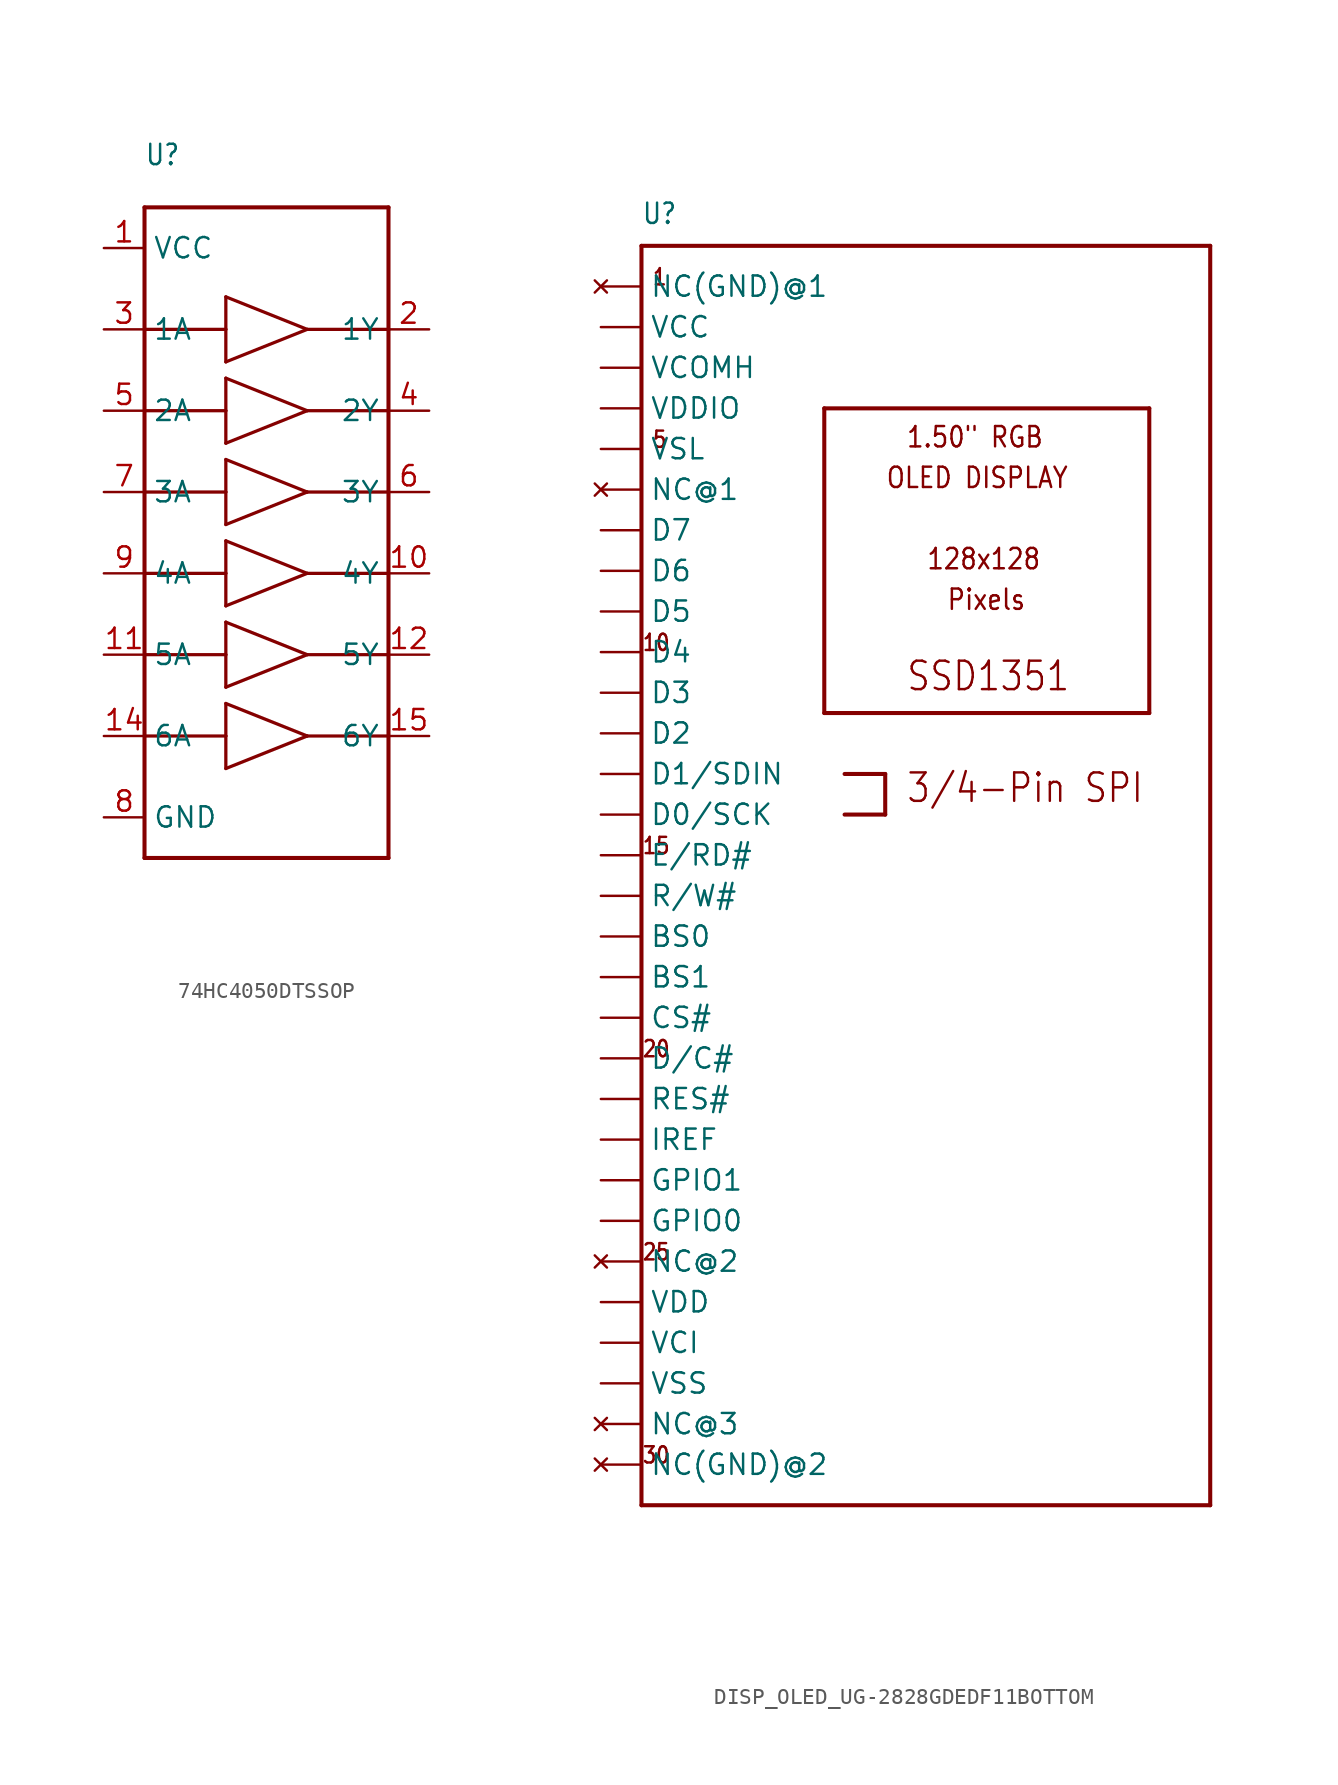
<source format=kicad_sym>
(kicad_symbol_lib
  (version 20231120)
  (generator "kicad_symbol_editor")
  (generator_version "8.0")
  (symbol "74HC4050DTSSOP"
    (property "Reference" "U"
      (at -7.62 22.86 0)
      (effects (font (size 1.27 1.079)) (justify left bottom)))
    (property "Value" ""
      (at -7.62 -22.86 0)
      (effects (font (size 1.27 1.079)) (justify left bottom)))
    (property "ki_locked" ""
      (at 0 0 0)
      (effects (font (size 1.27 1.27))))
    (symbol "74HC4050DTSSOP_1_0"
      (polyline (pts (xy -7.62 -20.32) (xy -7.62 20.32)) (stroke (width 0.254) (type solid)) (fill (type none)))
      (polyline (pts (xy -7.62 -12.7) (xy -2.54 -12.7)) (stroke (width 0.203) (type solid)) (fill (type none)))
      (polyline (pts (xy -7.62 -7.62) (xy -2.54 -7.62)) (stroke (width 0.203) (type solid)) (fill (type none)))
      (polyline (pts (xy -7.62 -2.54) (xy -2.54 -2.54)) (stroke (width 0.203) (type solid)) (fill (type none)))
      (polyline (pts (xy -7.62 2.54) (xy -2.54 2.54)) (stroke (width 0.203) (type solid)) (fill (type none)))
      (polyline (pts (xy -7.62 7.62) (xy -2.54 7.62)) (stroke (width 0.203) (type solid)) (fill (type none)))
      (polyline (pts (xy -7.62 12.7) (xy -2.54 12.7)) (stroke (width 0.203) (type solid)) (fill (type none)))
      (polyline (pts (xy -7.62 20.32) (xy 7.62 20.32)) (stroke (width 0.254) (type solid)) (fill (type none)))
      (polyline (pts (xy -2.54 -14.732) (xy -2.54 -12.7)) (stroke (width 0.203) (type solid)) (fill (type none)))
      (polyline (pts (xy -2.54 -14.732) (xy 2.54 -12.7)) (stroke (width 0.203) (type solid)) (fill (type none)))
      (polyline (pts (xy -2.54 -12.7) (xy -2.54 -10.668)) (stroke (width 0.203) (type solid)) (fill (type none)))
      (polyline (pts (xy -2.54 -9.652) (xy -2.54 -7.62)) (stroke (width 0.203) (type solid)) (fill (type none)))
      (polyline (pts (xy -2.54 -9.652) (xy 2.54 -7.62)) (stroke (width 0.203) (type solid)) (fill (type none)))
      (polyline (pts (xy -2.54 -7.62) (xy -2.54 -5.588)) (stroke (width 0.203) (type solid)) (fill (type none)))
      (polyline (pts (xy -2.54 -4.572) (xy -2.54 -2.54)) (stroke (width 0.203) (type solid)) (fill (type none)))
      (polyline (pts (xy -2.54 -4.572) (xy 2.54 -2.54)) (stroke (width 0.203) (type solid)) (fill (type none)))
      (polyline (pts (xy -2.54 -2.54) (xy -2.54 -0.508)) (stroke (width 0.203) (type solid)) (fill (type none)))
      (polyline (pts (xy -2.54 0.508) (xy -2.54 2.54)) (stroke (width 0.203) (type solid)) (fill (type none)))
      (polyline (pts (xy -2.54 0.508) (xy 2.54 2.54)) (stroke (width 0.203) (type solid)) (fill (type none)))
      (polyline (pts (xy -2.54 2.54) (xy -2.54 4.572)) (stroke (width 0.203) (type solid)) (fill (type none)))
      (polyline (pts (xy -2.54 5.588) (xy -2.54 7.62)) (stroke (width 0.203) (type solid)) (fill (type none)))
      (polyline (pts (xy -2.54 5.588) (xy 2.54 7.62)) (stroke (width 0.203) (type solid)) (fill (type none)))
      (polyline (pts (xy -2.54 7.62) (xy -2.54 9.652)) (stroke (width 0.203) (type solid)) (fill (type none)))
      (polyline (pts (xy -2.54 10.668) (xy -2.54 12.7)) (stroke (width 0.203) (type solid)) (fill (type none)))
      (polyline (pts (xy -2.54 10.668) (xy 2.54 12.7)) (stroke (width 0.203) (type solid)) (fill (type none)))
      (polyline (pts (xy -2.54 12.7) (xy -2.54 14.732)) (stroke (width 0.203) (type solid)) (fill (type none)))
      (polyline (pts (xy 2.54 -12.7) (xy -2.54 -10.668)) (stroke (width 0.203) (type solid)) (fill (type none)))
      (polyline (pts (xy 2.54 -12.7) (xy 7.62 -12.7)) (stroke (width 0.203) (type solid)) (fill (type none)))
      (polyline (pts (xy 2.54 -7.62) (xy -2.54 -5.588)) (stroke (width 0.203) (type solid)) (fill (type none)))
      (polyline (pts (xy 2.54 -7.62) (xy 7.62 -7.62)) (stroke (width 0.203) (type solid)) (fill (type none)))
      (polyline (pts (xy 2.54 -2.54) (xy -2.54 -0.508)) (stroke (width 0.203) (type solid)) (fill (type none)))
      (polyline (pts (xy 2.54 -2.54) (xy 7.62 -2.54)) (stroke (width 0.203) (type solid)) (fill (type none)))
      (polyline (pts (xy 2.54 2.54) (xy -2.54 4.572)) (stroke (width 0.203) (type solid)) (fill (type none)))
      (polyline (pts (xy 2.54 2.54) (xy 7.62 2.54)) (stroke (width 0.203) (type solid)) (fill (type none)))
      (polyline (pts (xy 2.54 7.62) (xy -2.54 9.652)) (stroke (width 0.203) (type solid)) (fill (type none)))
      (polyline (pts (xy 2.54 7.62) (xy 7.62 7.62)) (stroke (width 0.203) (type solid)) (fill (type none)))
      (polyline (pts (xy 2.54 12.7) (xy -2.54 14.732)) (stroke (width 0.203) (type solid)) (fill (type none)))
      (polyline (pts (xy 2.54 12.7) (xy 7.62 12.7)) (stroke (width 0.203) (type solid)) (fill (type none)))
      (polyline (pts (xy 7.62 -20.32) (xy -7.62 -20.32)) (stroke (width 0.254) (type solid)) (fill (type none)))
      (polyline (pts (xy 7.62 12.7) (xy 7.62 -20.32)) (stroke (width 0.254) (type solid)) (fill (type none)))
      (polyline (pts (xy 7.62 20.32) (xy 7.62 12.7)) (stroke (width 0.254) (type solid)) (fill (type none)))
      (pin bidirectional line (at -10.16 17.78 0) (length 2.54) (name "VCC" (effects (font (size 1.27 1.27)))) (number "1" (effects (font (size 1.27 1.27)))))
      (pin bidirectional line (at 10.16 -2.54 180) (length 2.54) (name "4Y" (effects (font (size 1.27 1.27)))) (number "10" (effects (font (size 1.27 1.27)))))
      (pin bidirectional line (at -10.16 -7.62 0) (length 2.54) (name "5A" (effects (font (size 1.27 1.27)))) (number "11" (effects (font (size 1.27 1.27)))))
      (pin bidirectional line (at 10.16 -7.62 180) (length 2.54) (name "5Y" (effects (font (size 1.27 1.27)))) (number "12" (effects (font (size 1.27 1.27)))))
      (pin bidirectional line (at -10.16 -12.7 0) (length 2.54) (name "6A" (effects (font (size 1.27 1.27)))) (number "14" (effects (font (size 1.27 1.27)))))
      (pin bidirectional line (at 10.16 -12.7 180) (length 2.54) (name "6Y" (effects (font (size 1.27 1.27)))) (number "15" (effects (font (size 1.27 1.27)))))
      (pin bidirectional line (at 10.16 12.7 180) (length 2.54) (name "1Y" (effects (font (size 1.27 1.27)))) (number "2" (effects (font (size 1.27 1.27)))))
      (pin bidirectional line (at -10.16 12.7 0) (length 2.54) (name "1A" (effects (font (size 1.27 1.27)))) (number "3" (effects (font (size 1.27 1.27)))))
      (pin bidirectional line (at 10.16 7.62 180) (length 2.54) (name "2Y" (effects (font (size 1.27 1.27)))) (number "4" (effects (font (size 1.27 1.27)))))
      (pin bidirectional line (at -10.16 7.62 0) (length 2.54) (name "2A" (effects (font (size 1.27 1.27)))) (number "5" (effects (font (size 1.27 1.27)))))
      (pin bidirectional line (at 10.16 2.54 180) (length 2.54) (name "3Y" (effects (font (size 1.27 1.27)))) (number "6" (effects (font (size 1.27 1.27)))))
      (pin bidirectional line (at -10.16 2.54 0) (length 2.54) (name "3A" (effects (font (size 1.27 1.27)))) (number "7" (effects (font (size 1.27 1.27)))))
      (pin bidirectional line (at -10.16 -17.78 0) (length 2.54) (name "GND" (effects (font (size 1.27 1.27)))) (number "8" (effects (font (size 1.27 1.27)))))
      (pin bidirectional line (at -10.16 -2.54 0) (length 2.54) (name "4A" (effects (font (size 1.27 1.27)))) (number "9" (effects (font (size 1.27 1.27)))))))
  (symbol "DISP_OLED_UG-2828GDEDF11BOTTOM"
    (property "Reference" "U"
      (at -17.78 39.37 0)
      (effects (font (size 1.27 1.079)) (justify left bottom)))
    (property "Value" ""
      (at -17.78 -43.18 0)
      (effects (font (size 1.27 1.079)) (justify left bottom)))
    (property "ki_locked" ""
      (at 0 0 0)
      (effects (font (size 1.27 1.27))))
    (symbol "DISP_OLED_UG-2828GDEDF11BOTTOM_1_0"
      (polyline (pts (xy -17.78 -40.64) (xy -17.78 38.1)) (stroke (width 0.254) (type solid)) (fill (type none)))
      (polyline (pts (xy -17.78 38.1) (xy 17.78 38.1)) (stroke (width 0.254) (type solid)) (fill (type none)))
      (polyline (pts (xy -6.35 8.89) (xy -6.35 27.94)) (stroke (width 0.254) (type solid)) (fill (type none)))
      (polyline (pts (xy -6.35 27.94) (xy 13.97 27.94)) (stroke (width 0.254) (type solid)) (fill (type none)))
      (polyline (pts (xy -5.08 5.08) (xy -2.54 5.08)) (stroke (width 0.254) (type solid)) (fill (type none)))
      (polyline (pts (xy -2.54 2.54) (xy -5.08 2.54)) (stroke (width 0.254) (type solid)) (fill (type none)))
      (polyline (pts (xy -2.54 5.08) (xy -2.54 2.54)) (stroke (width 0.254) (type solid)) (fill (type none)))
      (polyline (pts (xy 13.97 8.89) (xy -6.35 8.89)) (stroke (width 0.254) (type solid)) (fill (type none)))
      (polyline (pts (xy 13.97 27.94) (xy 13.97 8.89)) (stroke (width 0.254) (type solid)) (fill (type none)))
      (polyline (pts (xy 17.78 -40.64) (xy -17.78 -40.64)) (stroke (width 0.254) (type solid)) (fill (type none)))
      (polyline (pts (xy 17.78 38.1) (xy 17.78 -40.64)) (stroke (width 0.254) (type solid)) (fill (type none)))
      (text "1" (at -17.145 35.56 0) (effects (font (size 1.016 0.864)) (justify left bottom)))
      (text "1.50\" RGB" (at -1.27 25.4 0) (effects (font (size 1.27 1.079)) (justify left bottom)))
      (text "10" (at -17.78 12.7 0) (effects (font (size 1.016 0.864)) (justify left bottom)))
      (text "128x128" (at 0 17.78 0) (effects (font (size 1.27 1.079)) (justify left bottom)))
      (text "15" (at -17.78 0 0) (effects (font (size 1.016 0.864)) (justify left bottom)))
      (text "20" (at -17.78 -12.7 0) (effects (font (size 1.016 0.864)) (justify left bottom)))
      (text "25" (at -17.78 -25.4 0) (effects (font (size 1.016 0.864)) (justify left bottom)))
      (text "3/4-Pin SPI" (at -1.27 3.175 0) (effects (font (size 1.778 1.511)) (justify left bottom)))
      (text "30" (at -17.78 -38.1 0) (effects (font (size 1.016 0.864)) (justify left bottom)))
      (text "5" (at -17.145 25.4 0) (effects (font (size 1.016 0.864)) (justify left bottom)))
      (text "OLED DISPLAY" (at -2.54 22.86 0) (effects (font (size 1.27 1.079)) (justify left bottom)))
      (text "Pixels" (at 1.27 15.24 0) (effects (font (size 1.27 1.079)) (justify left bottom)))
      (text "SSD1351" (at -1.27 10.16 0) (effects (font (size 1.778 1.511)) (justify left bottom)))
      (pin no_connect line (at -20.32 35.56 0) (length 2.54) (name "NC(GND)@1" (effects (font (size 1.27 1.27)))) (number "P$1" (effects (font (size 0 0)))))
      (pin bidirectional line (at -20.32 12.7 0) (length 2.54) (name "D4" (effects (font (size 1.27 1.27)))) (number "P$10" (effects (font (size 0 0)))))
      (pin bidirectional line (at -20.32 10.16 0) (length 2.54) (name "D3" (effects (font (size 1.27 1.27)))) (number "P$11" (effects (font (size 0 0)))))
      (pin bidirectional line (at -20.32 7.62 0) (length 2.54) (name "D2" (effects (font (size 1.27 1.27)))) (number "P$12" (effects (font (size 0 0)))))
      (pin bidirectional line (at -20.32 5.08 0) (length 2.54) (name "D1/SDIN" (effects (font (size 1.27 1.27)))) (number "P$13" (effects (font (size 0 0)))))
      (pin bidirectional line (at -20.32 2.54 0) (length 2.54) (name "D0/SCK" (effects (font (size 1.27 1.27)))) (number "P$14" (effects (font (size 0 0)))))
      (pin bidirectional line (at -20.32 0 0) (length 2.54) (name "E/RD#" (effects (font (size 1.27 1.27)))) (number "P$15" (effects (font (size 0 0)))))
      (pin bidirectional line (at -20.32 -2.54 0) (length 2.54) (name "R/W#" (effects (font (size 1.27 1.27)))) (number "P$16" (effects (font (size 0 0)))))
      (pin bidirectional line (at -20.32 -5.08 0) (length 2.54) (name "BS0" (effects (font (size 1.27 1.27)))) (number "P$17" (effects (font (size 0 0)))))
      (pin bidirectional line (at -20.32 -7.62 0) (length 2.54) (name "BS1" (effects (font (size 1.27 1.27)))) (number "P$18" (effects (font (size 0 0)))))
      (pin bidirectional line (at -20.32 -10.16 0) (length 2.54) (name "CS#" (effects (font (size 1.27 1.27)))) (number "P$19" (effects (font (size 0 0)))))
      (pin power_in line (at -20.32 33.02 0) (length 2.54) (name "VCC" (effects (font (size 1.27 1.27)))) (number "P$2" (effects (font (size 0 0)))))
      (pin bidirectional line (at -20.32 -12.7 0) (length 2.54) (name "D/C#" (effects (font (size 1.27 1.27)))) (number "P$20" (effects (font (size 0 0)))))
      (pin bidirectional line (at -20.32 -15.24 0) (length 2.54) (name "RES#" (effects (font (size 1.27 1.27)))) (number "P$21" (effects (font (size 0 0)))))
      (pin bidirectional line (at -20.32 -17.78 0) (length 2.54) (name "IREF" (effects (font (size 1.27 1.27)))) (number "P$22" (effects (font (size 0 0)))))
      (pin bidirectional line (at -20.32 -20.32 0) (length 2.54) (name "GPIO1" (effects (font (size 1.27 1.27)))) (number "P$23" (effects (font (size 0 0)))))
      (pin bidirectional line (at -20.32 -22.86 0) (length 2.54) (name "GPIO0" (effects (font (size 1.27 1.27)))) (number "P$24" (effects (font (size 0 0)))))
      (pin no_connect line (at -20.32 -25.4 0) (length 2.54) (name "NC@2" (effects (font (size 1.27 1.27)))) (number "P$25" (effects (font (size 0 0)))))
      (pin power_in line (at -20.32 -27.94 0) (length 2.54) (name "VDD" (effects (font (size 1.27 1.27)))) (number "P$26" (effects (font (size 0 0)))))
      (pin power_in line (at -20.32 -30.48 0) (length 2.54) (name "VCI" (effects (font (size 1.27 1.27)))) (number "P$27" (effects (font (size 0 0)))))
      (pin power_in line (at -20.32 -33.02 0) (length 2.54) (name "VSS" (effects (font (size 1.27 1.27)))) (number "P$28" (effects (font (size 0 0)))))
      (pin no_connect line (at -20.32 -35.56 0) (length 2.54) (name "NC@3" (effects (font (size 1.27 1.27)))) (number "P$29" (effects (font (size 0 0)))))
      (pin power_in line (at -20.32 30.48 0) (length 2.54) (name "VCOMH" (effects (font (size 1.27 1.27)))) (number "P$3" (effects (font (size 0 0)))))
      (pin no_connect line (at -20.32 -38.1 0) (length 2.54) (name "NC(GND)@2" (effects (font (size 1.27 1.27)))) (number "P$30" (effects (font (size 0 0)))))
      (pin power_in line (at -20.32 27.94 0) (length 2.54) (name "VDDIO" (effects (font (size 1.27 1.27)))) (number "P$4" (effects (font (size 0 0)))))
      (pin bidirectional line (at -20.32 25.4 0) (length 2.54) (name "VSL" (effects (font (size 1.27 1.27)))) (number "P$5" (effects (font (size 0 0)))))
      (pin no_connect line (at -20.32 22.86 0) (length 2.54) (name "NC@1" (effects (font (size 1.27 1.27)))) (number "P$6" (effects (font (size 0 0)))))
      (pin bidirectional line (at -20.32 20.32 0) (length 2.54) (name "D7" (effects (font (size 1.27 1.27)))) (number "P$7" (effects (font (size 0 0)))))
      (pin bidirectional line (at -20.32 17.78 0) (length 2.54) (name "D6" (effects (font (size 1.27 1.27)))) (number "P$8" (effects (font (size 0 0)))))
      (pin bidirectional line (at -20.32 15.24 0) (length 2.54) (name "D5" (effects (font (size 1.27 1.27)))) (number "P$9" (effects (font (size 0 0))))))))
</source>
